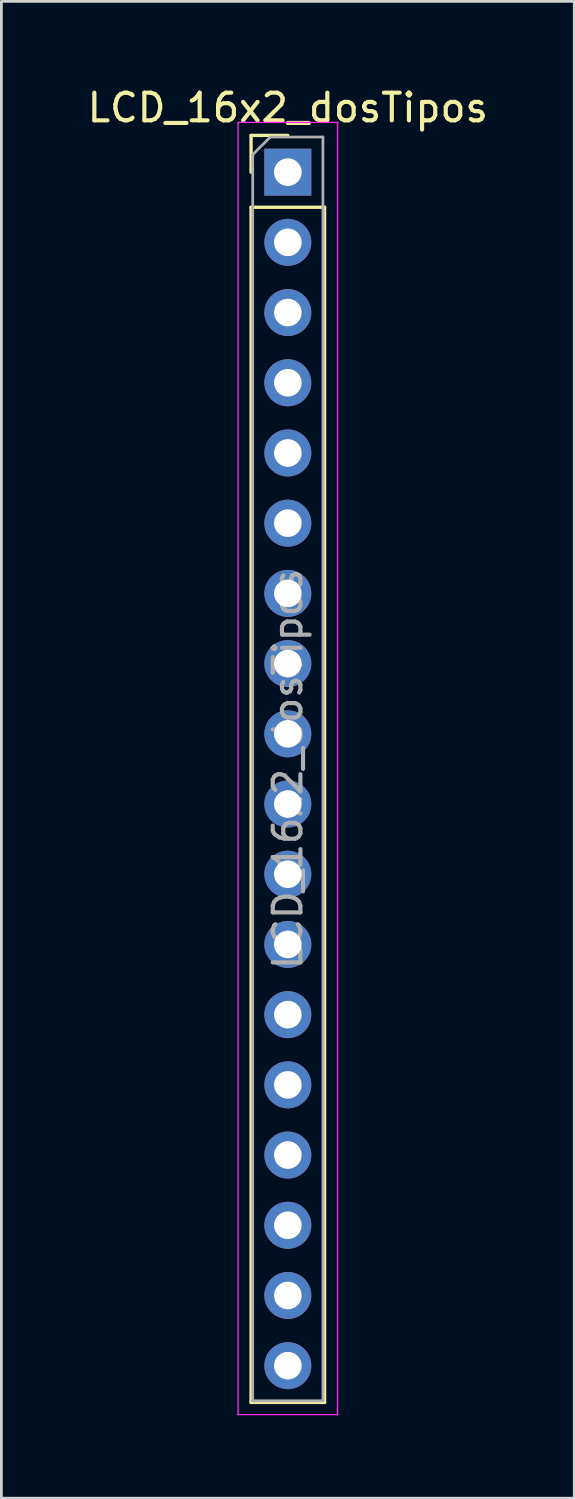
<source format=kicad_pcb>
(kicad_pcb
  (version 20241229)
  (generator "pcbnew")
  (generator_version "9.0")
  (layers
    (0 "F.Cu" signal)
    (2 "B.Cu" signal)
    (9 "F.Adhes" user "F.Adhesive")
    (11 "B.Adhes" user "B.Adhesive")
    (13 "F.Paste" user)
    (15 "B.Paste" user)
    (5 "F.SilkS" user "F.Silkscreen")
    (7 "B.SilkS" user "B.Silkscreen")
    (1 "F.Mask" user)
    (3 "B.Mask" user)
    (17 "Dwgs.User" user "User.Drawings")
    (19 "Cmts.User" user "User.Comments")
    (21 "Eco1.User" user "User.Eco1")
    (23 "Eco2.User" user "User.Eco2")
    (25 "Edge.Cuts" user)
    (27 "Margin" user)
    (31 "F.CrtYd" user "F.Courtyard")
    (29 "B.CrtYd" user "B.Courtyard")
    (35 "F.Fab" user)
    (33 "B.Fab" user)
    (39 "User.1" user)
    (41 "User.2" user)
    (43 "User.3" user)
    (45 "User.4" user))
  (footprint "LCD_16x2_dosTipos"
    (layer "F.Cu")
    (at 7.363 3.178)
    (property "Reference" "LCD_16x2_dosTipos" (at 0 -2.33 180) (layer "F.SilkS") (effects (font (size 1 1) (thickness 0.15))))
    (attr through_hole)
    (fp_line (start -1.33 -1.33) (end 0 -1.33) (stroke (width 0.12) (type solid)) (layer "F.SilkS"))
    (fp_line (start -1.33 0) (end -1.33 -1.33) (stroke (width 0.12) (type solid)) (layer "F.SilkS"))
    (fp_line (start -1.33 1.27) (end -1.33 44.51) (stroke (width 0.12) (type solid)) (layer "F.SilkS"))
    (fp_line (start -1.33 1.27) (end 1.33 1.27) (stroke (width 0.12) (type solid)) (layer "F.SilkS"))
    (fp_line (start -1.33 44.51) (end 1.33 44.51) (stroke (width 0.12) (type solid)) (layer "F.SilkS"))
    (fp_line (start 1.33 1.27) (end 1.33 44.51) (stroke (width 0.12) (type solid)) (layer "F.SilkS"))
    (fp_line (start -1.8 -1.8) (end -1.8 44.95) (stroke (width 0.05) (type solid)) (layer "F.CrtYd"))
    (fp_line (start -1.8 44.95) (end 1.8 44.95) (stroke (width 0.05) (type solid)) (layer "F.CrtYd"))
    (fp_line (start 1.8 -1.8) (end -1.8 -1.8) (stroke (width 0.05) (type solid)) (layer "F.CrtYd"))
    (fp_line (start 1.8 44.95) (end 1.8 -1.8) (stroke (width 0.05) (type solid)) (layer "F.CrtYd"))
    (fp_line (start -1.27 -0.635) (end -0.635 -1.27) (stroke (width 0.1) (type solid)) (layer "F.Fab"))
    (fp_line (start -1.27 44.45) (end -1.27 -0.635) (stroke (width 0.1) (type solid)) (layer "F.Fab"))
    (fp_line (start -0.635 -1.27) (end 1.27 -1.27) (stroke (width 0.1) (type solid)) (layer "F.Fab"))
    (fp_line (start 1.27 -1.27) (end 1.27 44.45) (stroke (width 0.1) (type solid)) (layer "F.Fab"))
    (fp_line (start 1.27 44.45) (end -1.27 44.45) (stroke (width 0.1) (type solid)) (layer "F.Fab"))
    (fp_text user "${REFERENCE}" (at 0 21.59 90) (layer "F.Fab") (effects (font (size 1 1) (thickness 0.15))))
    (pad "1" thru_hole oval (at 0 38.1) (size 1.7 1.7) (drill 1) (layers "*.Cu" "*.Mask"))
    (pad "2" thru_hole oval (at 0 35.56) (size 1.7 1.7) (drill 1) (layers "*.Cu" "*.Mask"))
    (pad "3" thru_hole oval (at 0 33.02) (size 1.7 1.7) (drill 1) (layers "*.Cu" "*.Mask"))
    (pad "4" thru_hole oval (at 0 30.48) (size 1.7 1.7) (drill 1) (layers "*.Cu" "*.Mask"))
    (pad "5" thru_hole oval (at 0 27.94) (size 1.7 1.7) (drill 1) (layers "*.Cu" "*.Mask"))
    (pad "6" thru_hole oval (at 0 25.4) (size 1.7 1.7) (drill 1) (layers "*.Cu" "*.Mask"))
    (pad "7" thru_hole oval (at 0 22.86) (size 1.7 1.7) (drill 1) (layers "*.Cu" "*.Mask"))
    (pad "8" thru_hole oval (at 0 20.32) (size 1.7 1.7) (drill 1) (layers "*.Cu" "*.Mask"))
    (pad "9" thru_hole oval (at 0 17.78) (size 1.7 1.7) (drill 1) (layers "*.Cu" "*.Mask"))
    (pad "10" thru_hole oval (at 0 15.24) (size 1.7 1.7) (drill 1) (layers "*.Cu" "*.Mask"))
    (pad "11" thru_hole oval (at 0 12.7) (size 1.7 1.7) (drill 1) (layers "*.Cu" "*.Mask"))
    (pad "12" thru_hole oval (at 0 10.16) (size 1.7 1.7) (drill 1) (layers "*.Cu" "*.Mask"))
    (pad "13" thru_hole oval (at 0 7.62) (size 1.7 1.7) (drill 1) (layers "*.Cu" "*.Mask"))
    (pad "14" thru_hole oval (at 0 5.08) (size 1.7 1.7) (drill 1) (layers "*.Cu" "*.Mask"))
    (pad "15" thru_hole oval (at 0 2.54) (size 1.7 1.7) (drill 1) (layers "*.Cu" "*.Mask"))
    (pad "15" thru_hole oval (at 0 40.64) (size 1.7 1.7) (drill 1) (layers "*.Cu" "*.Mask"))
    (pad "16" thru_hole rect (at 0 0) (size 1.7 1.7) (drill 1) (layers "*.Cu" "*.Mask"))
    (pad "16" thru_hole oval (at 0 43.18) (size 1.7 1.7) (drill 1) (layers "*.Cu" "*.Mask")))
  (gr_rect
    (start -3 -3)
    (end 17.726 51.153)
    (stroke (width 0.1) (type default))
    (fill no)
    (layer "Edge.Cuts")))
</source>
